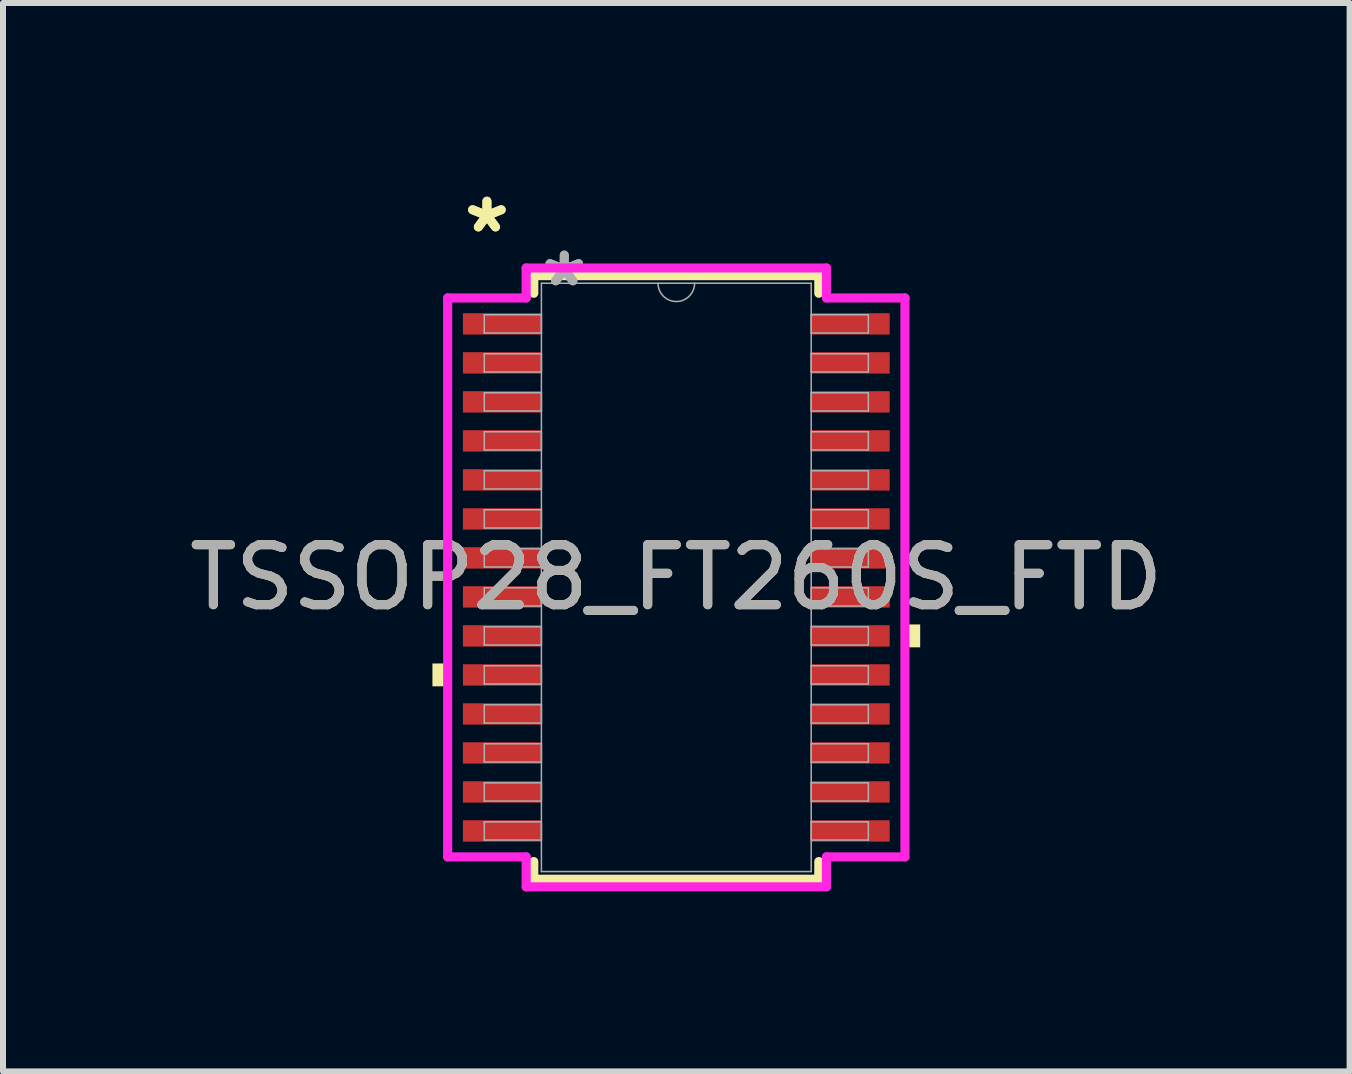
<source format=kicad_pcb>
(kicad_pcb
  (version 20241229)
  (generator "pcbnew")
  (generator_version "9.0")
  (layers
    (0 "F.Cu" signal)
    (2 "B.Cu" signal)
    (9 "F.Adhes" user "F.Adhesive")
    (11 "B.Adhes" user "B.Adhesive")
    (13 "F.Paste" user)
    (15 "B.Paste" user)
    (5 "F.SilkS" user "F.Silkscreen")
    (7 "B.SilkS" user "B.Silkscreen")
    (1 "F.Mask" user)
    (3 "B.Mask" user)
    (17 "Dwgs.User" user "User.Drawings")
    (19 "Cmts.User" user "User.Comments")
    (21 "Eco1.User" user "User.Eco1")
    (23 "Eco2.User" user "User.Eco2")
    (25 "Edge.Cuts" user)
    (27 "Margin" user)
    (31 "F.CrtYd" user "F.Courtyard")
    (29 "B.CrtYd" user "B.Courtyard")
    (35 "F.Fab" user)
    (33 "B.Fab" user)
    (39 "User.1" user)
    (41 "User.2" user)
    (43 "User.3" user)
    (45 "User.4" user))
  (footprint "TSSOP28_FT260S_FTD"
    (layer "F.Cu")
    (at 8.22 6.572)
    (property "Reference" "TSSOP28_FT260S_FTD" (at 0 0 0) (unlocked yes) (layer "F.SilkS") (effects (font (size 1 1) (thickness 0.15))))
    (attr smd)
    (fp_line (start -2.375 -5.029) (end -2.375 -4.735) (stroke (width 0.152) (type solid)) (layer "F.SilkS"))
    (fp_line (start -2.375 4.735) (end -2.375 5.029) (stroke (width 0.152) (type solid)) (layer "F.SilkS"))
    (fp_line (start -2.375 5.029) (end 2.375 5.029) (stroke (width 0.152) (type solid)) (layer "F.SilkS"))
    (fp_line (start 2.375 -5.029) (end -2.375 -5.029) (stroke (width 0.152) (type solid)) (layer "F.SilkS"))
    (fp_line (start 2.375 -4.735) (end 2.375 -5.029) (stroke (width 0.152) (type solid)) (layer "F.SilkS"))
    (fp_line (start 2.375 5.029) (end 2.375 4.735) (stroke (width 0.152) (type solid)) (layer "F.SilkS"))
    (fp_poly (pts (xy -4.064 1.434) (xy -4.064 1.815) (xy -3.81 1.815) (xy -3.81 1.434)) (stroke (width 0) (type solid)) (fill yes) (layer "F.SilkS"))
    (fp_poly (pts (xy 4.064 0.784) (xy 4.064 1.165) (xy 3.81 1.165) (xy 3.81 0.784)) (stroke (width 0) (type solid)) (fill yes) (layer "F.SilkS"))
    (fp_line (start -3.81 -4.657) (end -2.502 -4.657) (stroke (width 0.152) (type solid)) (layer "F.CrtYd"))
    (fp_line (start -3.81 4.657) (end -3.81 -4.657) (stroke (width 0.152) (type solid)) (layer "F.CrtYd"))
    (fp_line (start -3.81 4.657) (end -2.502 4.657) (stroke (width 0.152) (type solid)) (layer "F.CrtYd"))
    (fp_line (start -2.502 -5.156) (end 2.502 -5.156) (stroke (width 0.152) (type solid)) (layer "F.CrtYd"))
    (fp_line (start -2.502 -4.657) (end -2.502 -5.156) (stroke (width 0.152) (type solid)) (layer "F.CrtYd"))
    (fp_line (start -2.502 5.156) (end -2.502 4.657) (stroke (width 0.152) (type solid)) (layer "F.CrtYd"))
    (fp_line (start 2.502 -5.156) (end 2.502 -4.657) (stroke (width 0.152) (type solid)) (layer "F.CrtYd"))
    (fp_line (start 2.502 4.657) (end 2.502 5.156) (stroke (width 0.152) (type solid)) (layer "F.CrtYd"))
    (fp_line (start 2.502 5.156) (end -2.502 5.156) (stroke (width 0.152) (type solid)) (layer "F.CrtYd"))
    (fp_line (start 3.81 -4.657) (end 2.502 -4.657) (stroke (width 0.152) (type solid)) (layer "F.CrtYd"))
    (fp_line (start 3.81 -4.657) (end 3.81 4.657) (stroke (width 0.152) (type solid)) (layer "F.CrtYd"))
    (fp_line (start 3.81 4.657) (end 2.502 4.657) (stroke (width 0.152) (type solid)) (layer "F.CrtYd"))
    (fp_line (start -3.2 -4.377) (end -3.2 -4.073) (stroke (width 0.025) (type solid)) (layer "F.Fab"))
    (fp_line (start -3.2 -4.073) (end -2.248 -4.073) (stroke (width 0.025) (type solid)) (layer "F.Fab"))
    (fp_line (start -3.2 -3.727) (end -3.2 -3.423) (stroke (width 0.025) (type solid)) (layer "F.Fab"))
    (fp_line (start -3.2 -3.423) (end -2.248 -3.423) (stroke (width 0.025) (type solid)) (layer "F.Fab"))
    (fp_line (start -3.2 -3.077) (end -3.2 -2.773) (stroke (width 0.025) (type solid)) (layer "F.Fab"))
    (fp_line (start -3.2 -2.773) (end -2.248 -2.773) (stroke (width 0.025) (type solid)) (layer "F.Fab"))
    (fp_line (start -3.2 -2.427) (end -3.2 -2.123) (stroke (width 0.025) (type solid)) (layer "F.Fab"))
    (fp_line (start -3.2 -2.123) (end -2.248 -2.123) (stroke (width 0.025) (type solid)) (layer "F.Fab"))
    (fp_line (start -3.2 -1.777) (end -3.2 -1.473) (stroke (width 0.025) (type solid)) (layer "F.Fab"))
    (fp_line (start -3.2 -1.473) (end -2.248 -1.473) (stroke (width 0.025) (type solid)) (layer "F.Fab"))
    (fp_line (start -3.2 -1.127) (end -3.2 -0.823) (stroke (width 0.025) (type solid)) (layer "F.Fab"))
    (fp_line (start -3.2 -0.823) (end -2.248 -0.823) (stroke (width 0.025) (type solid)) (layer "F.Fab"))
    (fp_line (start -3.2 -0.477) (end -3.2 -0.173) (stroke (width 0.025) (type solid)) (layer "F.Fab"))
    (fp_line (start -3.2 -0.173) (end -2.248 -0.173) (stroke (width 0.025) (type solid)) (layer "F.Fab"))
    (fp_line (start -3.2 0.173) (end -3.2 0.477) (stroke (width 0.025) (type solid)) (layer "F.Fab"))
    (fp_line (start -3.2 0.477) (end -2.248 0.477) (stroke (width 0.025) (type solid)) (layer "F.Fab"))
    (fp_line (start -3.2 0.823) (end -3.2 1.127) (stroke (width 0.025) (type solid)) (layer "F.Fab"))
    (fp_line (start -3.2 1.127) (end -2.248 1.127) (stroke (width 0.025) (type solid)) (layer "F.Fab"))
    (fp_line (start -3.2 1.473) (end -3.2 1.777) (stroke (width 0.025) (type solid)) (layer "F.Fab"))
    (fp_line (start -3.2 1.777) (end -2.248 1.777) (stroke (width 0.025) (type solid)) (layer "F.Fab"))
    (fp_line (start -3.2 2.123) (end -3.2 2.427) (stroke (width 0.025) (type solid)) (layer "F.Fab"))
    (fp_line (start -3.2 2.427) (end -2.248 2.427) (stroke (width 0.025) (type solid)) (layer "F.Fab"))
    (fp_line (start -3.2 2.773) (end -3.2 3.077) (stroke (width 0.025) (type solid)) (layer "F.Fab"))
    (fp_line (start -3.2 3.077) (end -2.248 3.077) (stroke (width 0.025) (type solid)) (layer "F.Fab"))
    (fp_line (start -3.2 3.423) (end -3.2 3.727) (stroke (width 0.025) (type solid)) (layer "F.Fab"))
    (fp_line (start -3.2 3.727) (end -2.248 3.727) (stroke (width 0.025) (type solid)) (layer "F.Fab"))
    (fp_line (start -3.2 4.073) (end -3.2 4.377) (stroke (width 0.025) (type solid)) (layer "F.Fab"))
    (fp_line (start -3.2 4.377) (end -2.248 4.377) (stroke (width 0.025) (type solid)) (layer "F.Fab"))
    (fp_line (start -2.248 -4.902) (end -2.248 4.902) (stroke (width 0.025) (type solid)) (layer "F.Fab"))
    (fp_line (start -2.248 -4.377) (end -3.2 -4.377) (stroke (width 0.025) (type solid)) (layer "F.Fab"))
    (fp_line (start -2.248 -4.073) (end -2.248 -4.377) (stroke (width 0.025) (type solid)) (layer "F.Fab"))
    (fp_line (start -2.248 -3.727) (end -3.2 -3.727) (stroke (width 0.025) (type solid)) (layer "F.Fab"))
    (fp_line (start -2.248 -3.423) (end -2.248 -3.727) (stroke (width 0.025) (type solid)) (layer "F.Fab"))
    (fp_line (start -2.248 -3.077) (end -3.2 -3.077) (stroke (width 0.025) (type solid)) (layer "F.Fab"))
    (fp_line (start -2.248 -2.773) (end -2.248 -3.077) (stroke (width 0.025) (type solid)) (layer "F.Fab"))
    (fp_line (start -2.248 -2.427) (end -3.2 -2.427) (stroke (width 0.025) (type solid)) (layer "F.Fab"))
    (fp_line (start -2.248 -2.123) (end -2.248 -2.427) (stroke (width 0.025) (type solid)) (layer "F.Fab"))
    (fp_line (start -2.248 -1.777) (end -3.2 -1.777) (stroke (width 0.025) (type solid)) (layer "F.Fab"))
    (fp_line (start -2.248 -1.473) (end -2.248 -1.777) (stroke (width 0.025) (type solid)) (layer "F.Fab"))
    (fp_line (start -2.248 -1.127) (end -3.2 -1.127) (stroke (width 0.025) (type solid)) (layer "F.Fab"))
    (fp_line (start -2.248 -0.823) (end -2.248 -1.127) (stroke (width 0.025) (type solid)) (layer "F.Fab"))
    (fp_line (start -2.248 -0.477) (end -3.2 -0.477) (stroke (width 0.025) (type solid)) (layer "F.Fab"))
    (fp_line (start -2.248 -0.173) (end -2.248 -0.477) (stroke (width 0.025) (type solid)) (layer "F.Fab"))
    (fp_line (start -2.248 0.173) (end -3.2 0.173) (stroke (width 0.025) (type solid)) (layer "F.Fab"))
    (fp_line (start -2.248 0.477) (end -2.248 0.173) (stroke (width 0.025) (type solid)) (layer "F.Fab"))
    (fp_line (start -2.248 0.823) (end -3.2 0.823) (stroke (width 0.025) (type solid)) (layer "F.Fab"))
    (fp_line (start -2.248 1.127) (end -2.248 0.823) (stroke (width 0.025) (type solid)) (layer "F.Fab"))
    (fp_line (start -2.248 1.473) (end -3.2 1.473) (stroke (width 0.025) (type solid)) (layer "F.Fab"))
    (fp_line (start -2.248 1.777) (end -2.248 1.473) (stroke (width 0.025) (type solid)) (layer "F.Fab"))
    (fp_line (start -2.248 2.123) (end -3.2 2.123) (stroke (width 0.025) (type solid)) (layer "F.Fab"))
    (fp_line (start -2.248 2.427) (end -2.248 2.123) (stroke (width 0.025) (type solid)) (layer "F.Fab"))
    (fp_line (start -2.248 2.773) (end -3.2 2.773) (stroke (width 0.025) (type solid)) (layer "F.Fab"))
    (fp_line (start -2.248 3.077) (end -2.248 2.773) (stroke (width 0.025) (type solid)) (layer "F.Fab"))
    (fp_line (start -2.248 3.423) (end -3.2 3.423) (stroke (width 0.025) (type solid)) (layer "F.Fab"))
    (fp_line (start -2.248 3.727) (end -2.248 3.423) (stroke (width 0.025) (type solid)) (layer "F.Fab"))
    (fp_line (start -2.248 4.073) (end -3.2 4.073) (stroke (width 0.025) (type solid)) (layer "F.Fab"))
    (fp_line (start -2.248 4.377) (end -2.248 4.073) (stroke (width 0.025) (type solid)) (layer "F.Fab"))
    (fp_line (start -2.248 4.902) (end 2.248 4.902) (stroke (width 0.025) (type solid)) (layer "F.Fab"))
    (fp_line (start 2.248 -4.902) (end -2.248 -4.902) (stroke (width 0.025) (type solid)) (layer "F.Fab"))
    (fp_line (start 2.248 -4.377) (end 2.248 -4.073) (stroke (width 0.025) (type solid)) (layer "F.Fab"))
    (fp_line (start 2.248 -4.073) (end 3.2 -4.073) (stroke (width 0.025) (type solid)) (layer "F.Fab"))
    (fp_line (start 2.248 -3.727) (end 2.248 -3.423) (stroke (width 0.025) (type solid)) (layer "F.Fab"))
    (fp_line (start 2.248 -3.423) (end 3.2 -3.423) (stroke (width 0.025) (type solid)) (layer "F.Fab"))
    (fp_line (start 2.248 -3.077) (end 2.248 -2.773) (stroke (width 0.025) (type solid)) (layer "F.Fab"))
    (fp_line (start 2.248 -2.773) (end 3.2 -2.773) (stroke (width 0.025) (type solid)) (layer "F.Fab"))
    (fp_line (start 2.248 -2.427) (end 2.248 -2.123) (stroke (width 0.025) (type solid)) (layer "F.Fab"))
    (fp_line (start 2.248 -2.123) (end 3.2 -2.123) (stroke (width 0.025) (type solid)) (layer "F.Fab"))
    (fp_line (start 2.248 -1.777) (end 2.248 -1.473) (stroke (width 0.025) (type solid)) (layer "F.Fab"))
    (fp_line (start 2.248 -1.473) (end 3.2 -1.473) (stroke (width 0.025) (type solid)) (layer "F.Fab"))
    (fp_line (start 2.248 -1.127) (end 2.248 -0.823) (stroke (width 0.025) (type solid)) (layer "F.Fab"))
    (fp_line (start 2.248 -0.823) (end 3.2 -0.823) (stroke (width 0.025) (type solid)) (layer "F.Fab"))
    (fp_line (start 2.248 -0.477) (end 2.248 -0.173) (stroke (width 0.025) (type solid)) (layer "F.Fab"))
    (fp_line (start 2.248 -0.173) (end 3.2 -0.173) (stroke (width 0.025) (type solid)) (layer "F.Fab"))
    (fp_line (start 2.248 0.173) (end 2.248 0.477) (stroke (width 0.025) (type solid)) (layer "F.Fab"))
    (fp_line (start 2.248 0.477) (end 3.2 0.477) (stroke (width 0.025) (type solid)) (layer "F.Fab"))
    (fp_line (start 2.248 0.823) (end 2.248 1.127) (stroke (width 0.025) (type solid)) (layer "F.Fab"))
    (fp_line (start 2.248 1.127) (end 3.2 1.127) (stroke (width 0.025) (type solid)) (layer "F.Fab"))
    (fp_line (start 2.248 1.473) (end 2.248 1.777) (stroke (width 0.025) (type solid)) (layer "F.Fab"))
    (fp_line (start 2.248 1.777) (end 3.2 1.777) (stroke (width 0.025) (type solid)) (layer "F.Fab"))
    (fp_line (start 2.248 2.123) (end 2.248 2.427) (stroke (width 0.025) (type solid)) (layer "F.Fab"))
    (fp_line (start 2.248 2.427) (end 3.2 2.427) (stroke (width 0.025) (type solid)) (layer "F.Fab"))
    (fp_line (start 2.248 2.773) (end 2.248 3.077) (stroke (width 0.025) (type solid)) (layer "F.Fab"))
    (fp_line (start 2.248 3.077) (end 3.2 3.077) (stroke (width 0.025) (type solid)) (layer "F.Fab"))
    (fp_line (start 2.248 3.423) (end 2.248 3.727) (stroke (width 0.025) (type solid)) (layer "F.Fab"))
    (fp_line (start 2.248 3.727) (end 3.2 3.727) (stroke (width 0.025) (type solid)) (layer "F.Fab"))
    (fp_line (start 2.248 4.073) (end 2.248 4.377) (stroke (width 0.025) (type solid)) (layer "F.Fab"))
    (fp_line (start 2.248 4.377) (end 3.2 4.377) (stroke (width 0.025) (type solid)) (layer "F.Fab"))
    (fp_line (start 2.248 4.902) (end 2.248 -4.902) (stroke (width 0.025) (type solid)) (layer "F.Fab"))
    (fp_line (start 3.2 -4.377) (end 2.248 -4.377) (stroke (width 0.025) (type solid)) (layer "F.Fab"))
    (fp_line (start 3.2 -4.073) (end 3.2 -4.377) (stroke (width 0.025) (type solid)) (layer "F.Fab"))
    (fp_line (start 3.2 -3.727) (end 2.248 -3.727) (stroke (width 0.025) (type solid)) (layer "F.Fab"))
    (fp_line (start 3.2 -3.423) (end 3.2 -3.727) (stroke (width 0.025) (type solid)) (layer "F.Fab"))
    (fp_line (start 3.2 -3.077) (end 2.248 -3.077) (stroke (width 0.025) (type solid)) (layer "F.Fab"))
    (fp_line (start 3.2 -2.773) (end 3.2 -3.077) (stroke (width 0.025) (type solid)) (layer "F.Fab"))
    (fp_line (start 3.2 -2.427) (end 2.248 -2.427) (stroke (width 0.025) (type solid)) (layer "F.Fab"))
    (fp_line (start 3.2 -2.123) (end 3.2 -2.427) (stroke (width 0.025) (type solid)) (layer "F.Fab"))
    (fp_line (start 3.2 -1.777) (end 2.248 -1.777) (stroke (width 0.025) (type solid)) (layer "F.Fab"))
    (fp_line (start 3.2 -1.473) (end 3.2 -1.777) (stroke (width 0.025) (type solid)) (layer "F.Fab"))
    (fp_line (start 3.2 -1.127) (end 2.248 -1.127) (stroke (width 0.025) (type solid)) (layer "F.Fab"))
    (fp_line (start 3.2 -0.823) (end 3.2 -1.127) (stroke (width 0.025) (type solid)) (layer "F.Fab"))
    (fp_line (start 3.2 -0.477) (end 2.248 -0.477) (stroke (width 0.025) (type solid)) (layer "F.Fab"))
    (fp_line (start 3.2 -0.173) (end 3.2 -0.477) (stroke (width 0.025) (type solid)) (layer "F.Fab"))
    (fp_line (start 3.2 0.173) (end 2.248 0.173) (stroke (width 0.025) (type solid)) (layer "F.Fab"))
    (fp_line (start 3.2 0.477) (end 3.2 0.173) (stroke (width 0.025) (type solid)) (layer "F.Fab"))
    (fp_line (start 3.2 0.823) (end 2.248 0.823) (stroke (width 0.025) (type solid)) (layer "F.Fab"))
    (fp_line (start 3.2 1.127) (end 3.2 0.823) (stroke (width 0.025) (type solid)) (layer "F.Fab"))
    (fp_line (start 3.2 1.473) (end 2.248 1.473) (stroke (width 0.025) (type solid)) (layer "F.Fab"))
    (fp_line (start 3.2 1.777) (end 3.2 1.473) (stroke (width 0.025) (type solid)) (layer "F.Fab"))
    (fp_line (start 3.2 2.123) (end 2.248 2.123) (stroke (width 0.025) (type solid)) (layer "F.Fab"))
    (fp_line (start 3.2 2.427) (end 3.2 2.123) (stroke (width 0.025) (type solid)) (layer "F.Fab"))
    (fp_line (start 3.2 2.773) (end 2.248 2.773) (stroke (width 0.025) (type solid)) (layer "F.Fab"))
    (fp_line (start 3.2 3.077) (end 3.2 2.773) (stroke (width 0.025) (type solid)) (layer "F.Fab"))
    (fp_line (start 3.2 3.423) (end 2.248 3.423) (stroke (width 0.025) (type solid)) (layer "F.Fab"))
    (fp_line (start 3.2 3.727) (end 3.2 3.423) (stroke (width 0.025) (type solid)) (layer "F.Fab"))
    (fp_line (start 3.2 4.073) (end 2.248 4.073) (stroke (width 0.025) (type solid)) (layer "F.Fab"))
    (fp_line (start 3.2 4.377) (end 3.2 4.073) (stroke (width 0.025) (type solid)) (layer "F.Fab"))
    (fp_arc (start 0.3048 -4.9022) (mid 0 -4.5974) (end -0.3048 -4.9022) (stroke (width 0.0254) (type solid)) (layer "F.Fab"))
    (fp_text user "*" (at -3.156 -5.724 0) (unlocked yes) (layer "F.SilkS") (effects (font (size 1 1) (thickness 0.15))))
    (fp_text user "*" (at -3.156 -5.724 0) (layer "F.SilkS") (effects (font (size 1 1) (thickness 0.15))))
    (fp_text user "*" (at -1.867 -4.826 0) (layer "F.Fab") (effects (font (size 1 1) (thickness 0.15))))
    (fp_text user "*" (at -1.867 -4.826 0) (unlocked yes) (layer "F.Fab") (effects (font (size 1 1) (thickness 0.15))))
    (fp_text user "${REFERENCE}" (at 0 0 0) (unlocked yes) (layer "F.Fab") (effects (font (size 1 1) (thickness 0.15))))
    (pad "1" smd rect (at -2.902 -4.225) (size 1.308 0.356) (layers "F.Cu" "F.Mask" "F.Paste"))
    (pad "2" smd rect (at -2.902 -3.575) (size 1.308 0.356) (layers "F.Cu" "F.Mask" "F.Paste"))
    (pad "3" smd rect (at -2.902 -2.925) (size 1.308 0.356) (layers "F.Cu" "F.Mask" "F.Paste"))
    (pad "4" smd rect (at -2.902 -2.275) (size 1.308 0.356) (layers "F.Cu" "F.Mask" "F.Paste"))
    (pad "5" smd rect (at -2.902 -1.625) (size 1.308 0.356) (layers "F.Cu" "F.Mask" "F.Paste"))
    (pad "6" smd rect (at -2.902 -0.975) (size 1.308 0.356) (layers "F.Cu" "F.Mask" "F.Paste"))
    (pad "7" smd rect (at -2.902 -0.325) (size 1.308 0.356) (layers "F.Cu" "F.Mask" "F.Paste"))
    (pad "8" smd rect (at -2.902 0.325) (size 1.308 0.356) (layers "F.Cu" "F.Mask" "F.Paste"))
    (pad "9" smd rect (at -2.902 0.975) (size 1.308 0.356) (layers "F.Cu" "F.Mask" "F.Paste"))
    (pad "10" smd rect (at -2.902 1.625) (size 1.308 0.356) (layers "F.Cu" "F.Mask" "F.Paste"))
    (pad "11" smd rect (at -2.902 2.275) (size 1.308 0.356) (layers "F.Cu" "F.Mask" "F.Paste"))
    (pad "12" smd rect (at -2.902 2.925) (size 1.308 0.356) (layers "F.Cu" "F.Mask" "F.Paste"))
    (pad "13" smd rect (at -2.902 3.575) (size 1.308 0.356) (layers "F.Cu" "F.Mask" "F.Paste"))
    (pad "14" smd rect (at -2.902 4.225) (size 1.308 0.356) (layers "F.Cu" "F.Mask" "F.Paste"))
    (pad "15" smd rect (at 2.902 4.225) (size 1.308 0.356) (layers "F.Cu" "F.Mask" "F.Paste"))
    (pad "16" smd rect (at 2.902 3.575) (size 1.308 0.356) (layers "F.Cu" "F.Mask" "F.Paste"))
    (pad "17" smd rect (at 2.902 2.925) (size 1.308 0.356) (layers "F.Cu" "F.Mask" "F.Paste"))
    (pad "18" smd rect (at 2.902 2.275) (size 1.308 0.356) (layers "F.Cu" "F.Mask" "F.Paste"))
    (pad "19" smd rect (at 2.902 1.625) (size 1.308 0.356) (layers "F.Cu" "F.Mask" "F.Paste"))
    (pad "20" smd rect (at 2.902 0.975) (size 1.308 0.356) (layers "F.Cu" "F.Mask" "F.Paste"))
    (pad "21" smd rect (at 2.902 0.325) (size 1.308 0.356) (layers "F.Cu" "F.Mask" "F.Paste"))
    (pad "22" smd rect (at 2.902 -0.325) (size 1.308 0.356) (layers "F.Cu" "F.Mask" "F.Paste"))
    (pad "23" smd rect (at 2.902 -0.975) (size 1.308 0.356) (layers "F.Cu" "F.Mask" "F.Paste"))
    (pad "24" smd rect (at 2.902 -1.625) (size 1.308 0.356) (layers "F.Cu" "F.Mask" "F.Paste"))
    (pad "25" smd rect (at 2.902 -2.275) (size 1.308 0.356) (layers "F.Cu" "F.Mask" "F.Paste"))
    (pad "26" smd rect (at 2.902 -2.925) (size 1.308 0.356) (layers "F.Cu" "F.Mask" "F.Paste"))
    (pad "27" smd rect (at 2.902 -3.575) (size 1.308 0.356) (layers "F.Cu" "F.Mask" "F.Paste"))
    (pad "28" smd rect (at 2.902 -4.225) (size 1.308 0.356) (layers "F.Cu" "F.Mask" "F.Paste")))
  (gr_rect
    (start -3 -3)
    (end 19.44 14.804)
    (stroke (width 0.1) (type default))
    (fill no)
    (layer "Edge.Cuts")))
</source>
